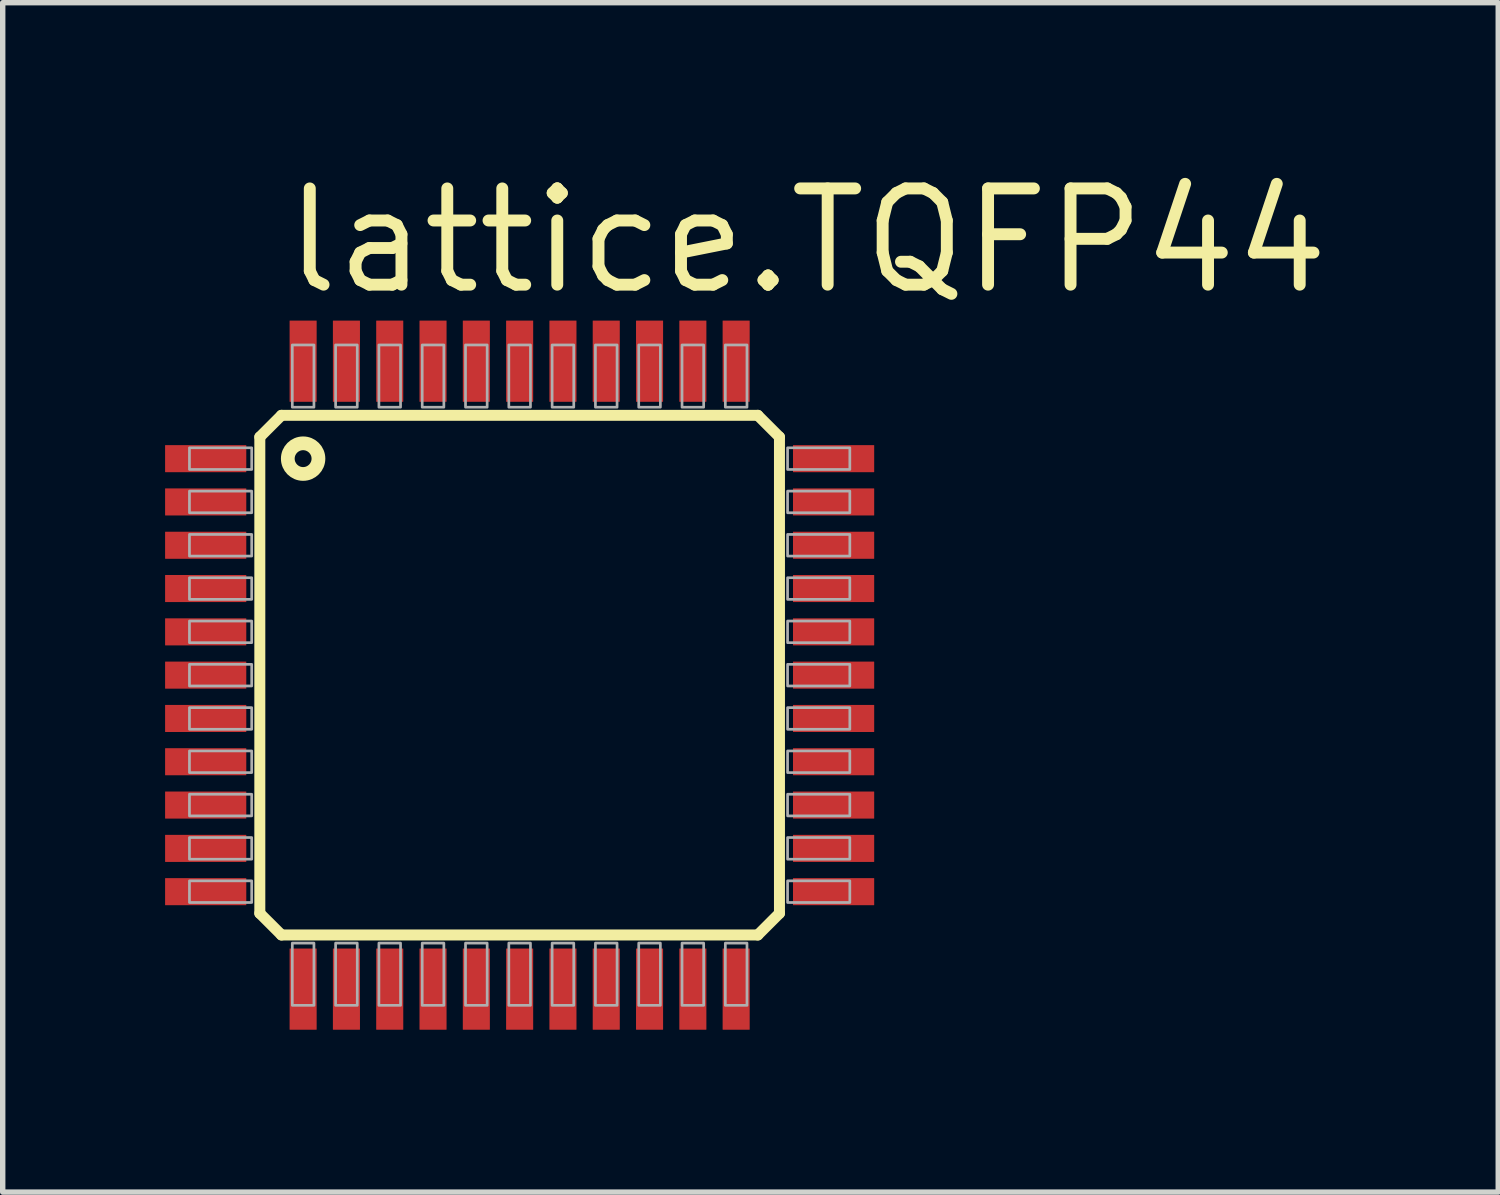
<source format=kicad_pcb>
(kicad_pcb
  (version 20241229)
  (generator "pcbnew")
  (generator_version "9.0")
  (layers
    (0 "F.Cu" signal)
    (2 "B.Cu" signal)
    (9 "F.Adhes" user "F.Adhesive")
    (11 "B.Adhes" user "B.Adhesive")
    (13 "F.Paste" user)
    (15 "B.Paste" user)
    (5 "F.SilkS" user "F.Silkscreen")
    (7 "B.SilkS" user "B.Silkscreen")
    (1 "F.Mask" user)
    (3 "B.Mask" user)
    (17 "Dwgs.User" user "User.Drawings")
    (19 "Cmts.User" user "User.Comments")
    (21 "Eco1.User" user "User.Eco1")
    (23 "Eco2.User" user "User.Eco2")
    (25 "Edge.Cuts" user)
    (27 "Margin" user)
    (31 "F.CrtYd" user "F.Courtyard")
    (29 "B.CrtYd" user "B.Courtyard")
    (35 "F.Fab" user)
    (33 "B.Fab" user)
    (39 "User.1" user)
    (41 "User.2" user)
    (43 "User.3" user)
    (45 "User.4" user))
  (footprint "lattice.TQFP44"
    (layer "F.Cu")
    (at 6.55 9.423)
    (property "Reference" "lattice.TQFP44" (at -4.445 -6.985 0) (layer "F.SilkS") (effects (font (size 1.778 1.778) (thickness 0.22)) (justify left bottom)))
    (attr smd)
    (fp_line (start -4.8 -4.4) (end -4.4 -4.8) (stroke (width 0.203) (type default)) (layer "F.SilkS"))
    (fp_line (start -4.8 4.4) (end -4.8 -4.4) (stroke (width 0.203) (type default)) (layer "F.SilkS"))
    (fp_line (start -4.4 -4.8) (end 4.4 -4.8) (stroke (width 0.203) (type default)) (layer "F.SilkS"))
    (fp_line (start -4.4 4.8) (end -4.8 4.4) (stroke (width 0.203) (type default)) (layer "F.SilkS"))
    (fp_line (start 4.4 -4.8) (end 4.8 -4.4) (stroke (width 0.203) (type default)) (layer "F.SilkS"))
    (fp_line (start 4.4 4.8) (end -4.4 4.8) (stroke (width 0.203) (type default)) (layer "F.SilkS"))
    (fp_line (start 4.8 -4.4) (end 4.8 4.4) (stroke (width 0.203) (type default)) (layer "F.SilkS"))
    (fp_line (start 4.8 4.4) (end 4.4 4.8) (stroke (width 0.203) (type default)) (layer "F.SilkS"))
    (fp_circle (center -4 -4) (end -3.717 -4) (stroke (width 0.254) (type default)) (fill no) (layer "F.SilkS"))
    (fp_rect (start -6.1 -3.8) (end -4.95 -4.2) (stroke (width 0.05) (type default)) (fill no) (layer "F.Fab"))
    (fp_rect (start -6.1 -3) (end -4.95 -3.4) (stroke (width 0.05) (type default)) (fill no) (layer "F.Fab"))
    (fp_rect (start -6.1 -2.2) (end -4.95 -2.6) (stroke (width 0.05) (type default)) (fill no) (layer "F.Fab"))
    (fp_rect (start -6.1 -1.4) (end -4.95 -1.8) (stroke (width 0.05) (type default)) (fill no) (layer "F.Fab"))
    (fp_rect (start -6.1 -0.6) (end -4.95 -1) (stroke (width 0.05) (type default)) (fill no) (layer "F.Fab"))
    (fp_rect (start -6.1 0.2) (end -4.95 -0.2) (stroke (width 0.05) (type default)) (fill no) (layer "F.Fab"))
    (fp_rect (start -6.1 1) (end -4.95 0.6) (stroke (width 0.05) (type default)) (fill no) (layer "F.Fab"))
    (fp_rect (start -6.1 1.8) (end -4.95 1.4) (stroke (width 0.05) (type default)) (fill no) (layer "F.Fab"))
    (fp_rect (start -6.1 2.6) (end -4.95 2.2) (stroke (width 0.05) (type default)) (fill no) (layer "F.Fab"))
    (fp_rect (start -6.1 3.4) (end -4.95 3) (stroke (width 0.05) (type default)) (fill no) (layer "F.Fab"))
    (fp_rect (start -6.1 4.2) (end -4.95 3.8) (stroke (width 0.05) (type default)) (fill no) (layer "F.Fab"))
    (fp_rect (start -4.2 -4.95) (end -3.8 -6.1) (stroke (width 0.05) (type default)) (fill no) (layer "F.Fab"))
    (fp_rect (start -4.2 6.1) (end -3.8 4.95) (stroke (width 0.05) (type default)) (fill no) (layer "F.Fab"))
    (fp_rect (start -3.4 -4.95) (end -3 -6.1) (stroke (width 0.05) (type default)) (fill no) (layer "F.Fab"))
    (fp_rect (start -3.4 6.1) (end -3 4.95) (stroke (width 0.05) (type default)) (fill no) (layer "F.Fab"))
    (fp_rect (start -2.6 -4.95) (end -2.2 -6.1) (stroke (width 0.05) (type default)) (fill no) (layer "F.Fab"))
    (fp_rect (start -2.6 6.1) (end -2.2 4.95) (stroke (width 0.05) (type default)) (fill no) (layer "F.Fab"))
    (fp_rect (start -1.8 -4.95) (end -1.4 -6.1) (stroke (width 0.05) (type default)) (fill no) (layer "F.Fab"))
    (fp_rect (start -1.8 6.1) (end -1.4 4.95) (stroke (width 0.05) (type default)) (fill no) (layer "F.Fab"))
    (fp_rect (start -1 -4.95) (end -0.6 -6.1) (stroke (width 0.05) (type default)) (fill no) (layer "F.Fab"))
    (fp_rect (start -1 6.1) (end -0.6 4.95) (stroke (width 0.05) (type default)) (fill no) (layer "F.Fab"))
    (fp_rect (start -0.2 -4.95) (end 0.2 -6.1) (stroke (width 0.05) (type default)) (fill no) (layer "F.Fab"))
    (fp_rect (start -0.2 6.1) (end 0.2 4.95) (stroke (width 0.05) (type default)) (fill no) (layer "F.Fab"))
    (fp_rect (start 0.6 -4.95) (end 1 -6.1) (stroke (width 0.05) (type default)) (fill no) (layer "F.Fab"))
    (fp_rect (start 0.6 6.1) (end 1 4.95) (stroke (width 0.05) (type default)) (fill no) (layer "F.Fab"))
    (fp_rect (start 1.4 -4.95) (end 1.8 -6.1) (stroke (width 0.05) (type default)) (fill no) (layer "F.Fab"))
    (fp_rect (start 1.4 6.1) (end 1.8 4.95) (stroke (width 0.05) (type default)) (fill no) (layer "F.Fab"))
    (fp_rect (start 2.2 -4.95) (end 2.6 -6.1) (stroke (width 0.05) (type default)) (fill no) (layer "F.Fab"))
    (fp_rect (start 2.2 6.1) (end 2.6 4.95) (stroke (width 0.05) (type default)) (fill no) (layer "F.Fab"))
    (fp_rect (start 3 -4.95) (end 3.4 -6.1) (stroke (width 0.05) (type default)) (fill no) (layer "F.Fab"))
    (fp_rect (start 3 6.1) (end 3.4 4.95) (stroke (width 0.05) (type default)) (fill no) (layer "F.Fab"))
    (fp_rect (start 3.8 -4.95) (end 4.2 -6.1) (stroke (width 0.05) (type default)) (fill no) (layer "F.Fab"))
    (fp_rect (start 3.8 6.1) (end 4.2 4.95) (stroke (width 0.05) (type default)) (fill no) (layer "F.Fab"))
    (fp_rect (start 4.95 -3.8) (end 6.1 -4.2) (stroke (width 0.05) (type default)) (fill no) (layer "F.Fab"))
    (fp_rect (start 4.95 -3) (end 6.1 -3.4) (stroke (width 0.05) (type default)) (fill no) (layer "F.Fab"))
    (fp_rect (start 4.95 -2.2) (end 6.1 -2.6) (stroke (width 0.05) (type default)) (fill no) (layer "F.Fab"))
    (fp_rect (start 4.95 -1.4) (end 6.1 -1.8) (stroke (width 0.05) (type default)) (fill no) (layer "F.Fab"))
    (fp_rect (start 4.95 -0.6) (end 6.1 -1) (stroke (width 0.05) (type default)) (fill no) (layer "F.Fab"))
    (fp_rect (start 4.95 0.2) (end 6.1 -0.2) (stroke (width 0.05) (type default)) (fill no) (layer "F.Fab"))
    (fp_rect (start 4.95 1) (end 6.1 0.6) (stroke (width 0.05) (type default)) (fill no) (layer "F.Fab"))
    (fp_rect (start 4.95 1.8) (end 6.1 1.4) (stroke (width 0.05) (type default)) (fill no) (layer "F.Fab"))
    (fp_rect (start 4.95 2.6) (end 6.1 2.2) (stroke (width 0.05) (type default)) (fill no) (layer "F.Fab"))
    (fp_rect (start 4.95 3.4) (end 6.1 3) (stroke (width 0.05) (type default)) (fill no) (layer "F.Fab"))
    (fp_rect (start 4.95 4.2) (end 6.1 3.8) (stroke (width 0.05) (type default)) (fill no) (layer "F.Fab"))
    (pad "1" smd roundrect (at -5.8 -4) (size 1.5 0.5) (layers "F.Cu" "F.Mask" "F.Paste") (roundrect_rratio 0.01))
    (pad "2" smd roundrect (at -5.8 -3.2) (size 1.5 0.5) (layers "F.Cu" "F.Mask" "F.Paste") (roundrect_rratio 0.01))
    (pad "3" smd roundrect (at -5.8 -2.4) (size 1.5 0.5) (layers "F.Cu" "F.Mask" "F.Paste") (roundrect_rratio 0.01))
    (pad "4" smd roundrect (at -5.8 -1.6) (size 1.5 0.5) (layers "F.Cu" "F.Mask" "F.Paste") (roundrect_rratio 0.01))
    (pad "5" smd roundrect (at -5.8 -0.8) (size 1.5 0.5) (layers "F.Cu" "F.Mask" "F.Paste") (roundrect_rratio 0.01))
    (pad "6" smd roundrect (at -5.8 0) (size 1.5 0.5) (layers "F.Cu" "F.Mask" "F.Paste") (roundrect_rratio 0.01))
    (pad "7" smd roundrect (at -5.8 0.8) (size 1.5 0.5) (layers "F.Cu" "F.Mask" "F.Paste") (roundrect_rratio 0.01))
    (pad "8" smd roundrect (at -5.8 1.6) (size 1.5 0.5) (layers "F.Cu" "F.Mask" "F.Paste") (roundrect_rratio 0.01))
    (pad "9" smd roundrect (at -5.8 2.4) (size 1.5 0.5) (layers "F.Cu" "F.Mask" "F.Paste") (roundrect_rratio 0.01))
    (pad "10" smd roundrect (at -5.8 3.2) (size 1.5 0.5) (layers "F.Cu" "F.Mask" "F.Paste") (roundrect_rratio 0.01))
    (pad "11" smd roundrect (at -5.8 4) (size 1.5 0.5) (layers "F.Cu" "F.Mask" "F.Paste") (roundrect_rratio 0.01))
    (pad "12" smd roundrect (at -4 5.8) (size 0.5 1.5) (layers "F.Cu" "F.Mask" "F.Paste") (roundrect_rratio 0.01))
    (pad "13" smd roundrect (at -3.2 5.8) (size 0.5 1.5) (layers "F.Cu" "F.Mask" "F.Paste") (roundrect_rratio 0.01))
    (pad "14" smd roundrect (at -2.4 5.8) (size 0.5 1.5) (layers "F.Cu" "F.Mask" "F.Paste") (roundrect_rratio 0.01))
    (pad "15" smd roundrect (at -1.6 5.8) (size 0.5 1.5) (layers "F.Cu" "F.Mask" "F.Paste") (roundrect_rratio 0.01))
    (pad "16" smd roundrect (at -0.8 5.8) (size 0.5 1.5) (layers "F.Cu" "F.Mask" "F.Paste") (roundrect_rratio 0.01))
    (pad "17" smd roundrect (at 0 5.8) (size 0.5 1.5) (layers "F.Cu" "F.Mask" "F.Paste") (roundrect_rratio 0.01))
    (pad "18" smd roundrect (at 0.8 5.8) (size 0.5 1.5) (layers "F.Cu" "F.Mask" "F.Paste") (roundrect_rratio 0.01))
    (pad "19" smd roundrect (at 1.6 5.8) (size 0.5 1.5) (layers "F.Cu" "F.Mask" "F.Paste") (roundrect_rratio 0.01))
    (pad "20" smd roundrect (at 2.4 5.8) (size 0.5 1.5) (layers "F.Cu" "F.Mask" "F.Paste") (roundrect_rratio 0.01))
    (pad "21" smd roundrect (at 3.2 5.8) (size 0.5 1.5) (layers "F.Cu" "F.Mask" "F.Paste") (roundrect_rratio 0.01))
    (pad "22" smd roundrect (at 4 5.8) (size 0.5 1.5) (layers "F.Cu" "F.Mask" "F.Paste") (roundrect_rratio 0.01))
    (pad "23" smd roundrect (at 5.8 4) (size 1.5 0.5) (layers "F.Cu" "F.Mask" "F.Paste") (roundrect_rratio 0.01))
    (pad "24" smd roundrect (at 5.8 3.2) (size 1.5 0.5) (layers "F.Cu" "F.Mask" "F.Paste") (roundrect_rratio 0.01))
    (pad "25" smd roundrect (at 5.8 2.4) (size 1.5 0.5) (layers "F.Cu" "F.Mask" "F.Paste") (roundrect_rratio 0.01))
    (pad "26" smd roundrect (at 5.8 1.6) (size 1.5 0.5) (layers "F.Cu" "F.Mask" "F.Paste") (roundrect_rratio 0.01))
    (pad "27" smd roundrect (at 5.8 0.8) (size 1.5 0.5) (layers "F.Cu" "F.Mask" "F.Paste") (roundrect_rratio 0.01))
    (pad "28" smd roundrect (at 5.8 0) (size 1.5 0.5) (layers "F.Cu" "F.Mask" "F.Paste") (roundrect_rratio 0.01))
    (pad "29" smd roundrect (at 5.8 -0.8) (size 1.5 0.5) (layers "F.Cu" "F.Mask" "F.Paste") (roundrect_rratio 0.01))
    (pad "30" smd roundrect (at 5.8 -1.6) (size 1.5 0.5) (layers "F.Cu" "F.Mask" "F.Paste") (roundrect_rratio 0.01))
    (pad "31" smd roundrect (at 5.8 -2.4) (size 1.5 0.5) (layers "F.Cu" "F.Mask" "F.Paste") (roundrect_rratio 0.01))
    (pad "32" smd roundrect (at 5.8 -3.2) (size 1.5 0.5) (layers "F.Cu" "F.Mask" "F.Paste") (roundrect_rratio 0.01))
    (pad "33" smd roundrect (at 5.8 -4) (size 1.5 0.5) (layers "F.Cu" "F.Mask" "F.Paste") (roundrect_rratio 0.01))
    (pad "34" smd roundrect (at 4 -5.8) (size 0.5 1.5) (layers "F.Cu" "F.Mask" "F.Paste") (roundrect_rratio 0.01))
    (pad "35" smd roundrect (at 3.2 -5.8) (size 0.5 1.5) (layers "F.Cu" "F.Mask" "F.Paste") (roundrect_rratio 0.01))
    (pad "36" smd roundrect (at 2.4 -5.8) (size 0.5 1.5) (layers "F.Cu" "F.Mask" "F.Paste") (roundrect_rratio 0.01))
    (pad "37" smd roundrect (at 1.6 -5.8) (size 0.5 1.5) (layers "F.Cu" "F.Mask" "F.Paste") (roundrect_rratio 0.01))
    (pad "38" smd roundrect (at 0.8 -5.8) (size 0.5 1.5) (layers "F.Cu" "F.Mask" "F.Paste") (roundrect_rratio 0.01))
    (pad "39" smd roundrect (at 0 -5.8) (size 0.5 1.5) (layers "F.Cu" "F.Mask" "F.Paste") (roundrect_rratio 0.01))
    (pad "40" smd roundrect (at -0.8 -5.8) (size 0.5 1.5) (layers "F.Cu" "F.Mask" "F.Paste") (roundrect_rratio 0.01))
    (pad "41" smd roundrect (at -1.6 -5.8) (size 0.5 1.5) (layers "F.Cu" "F.Mask" "F.Paste") (roundrect_rratio 0.01))
    (pad "42" smd roundrect (at -2.4 -5.8) (size 0.5 1.5) (layers "F.Cu" "F.Mask" "F.Paste") (roundrect_rratio 0.01))
    (pad "43" smd roundrect (at -3.2 -5.8) (size 0.5 1.5) (layers "F.Cu" "F.Mask" "F.Paste") (roundrect_rratio 0.01))
    (pad "44" smd roundrect (at -4 -5.8) (size 0.5 1.5) (layers "F.Cu" "F.Mask" "F.Paste") (roundrect_rratio 0.01)))
  (gr_rect
    (start -3 -3)
    (end 24.629 18.973)
    (stroke (width 0.1) (type default))
    (fill no)
    (layer "Edge.Cuts")))
</source>
